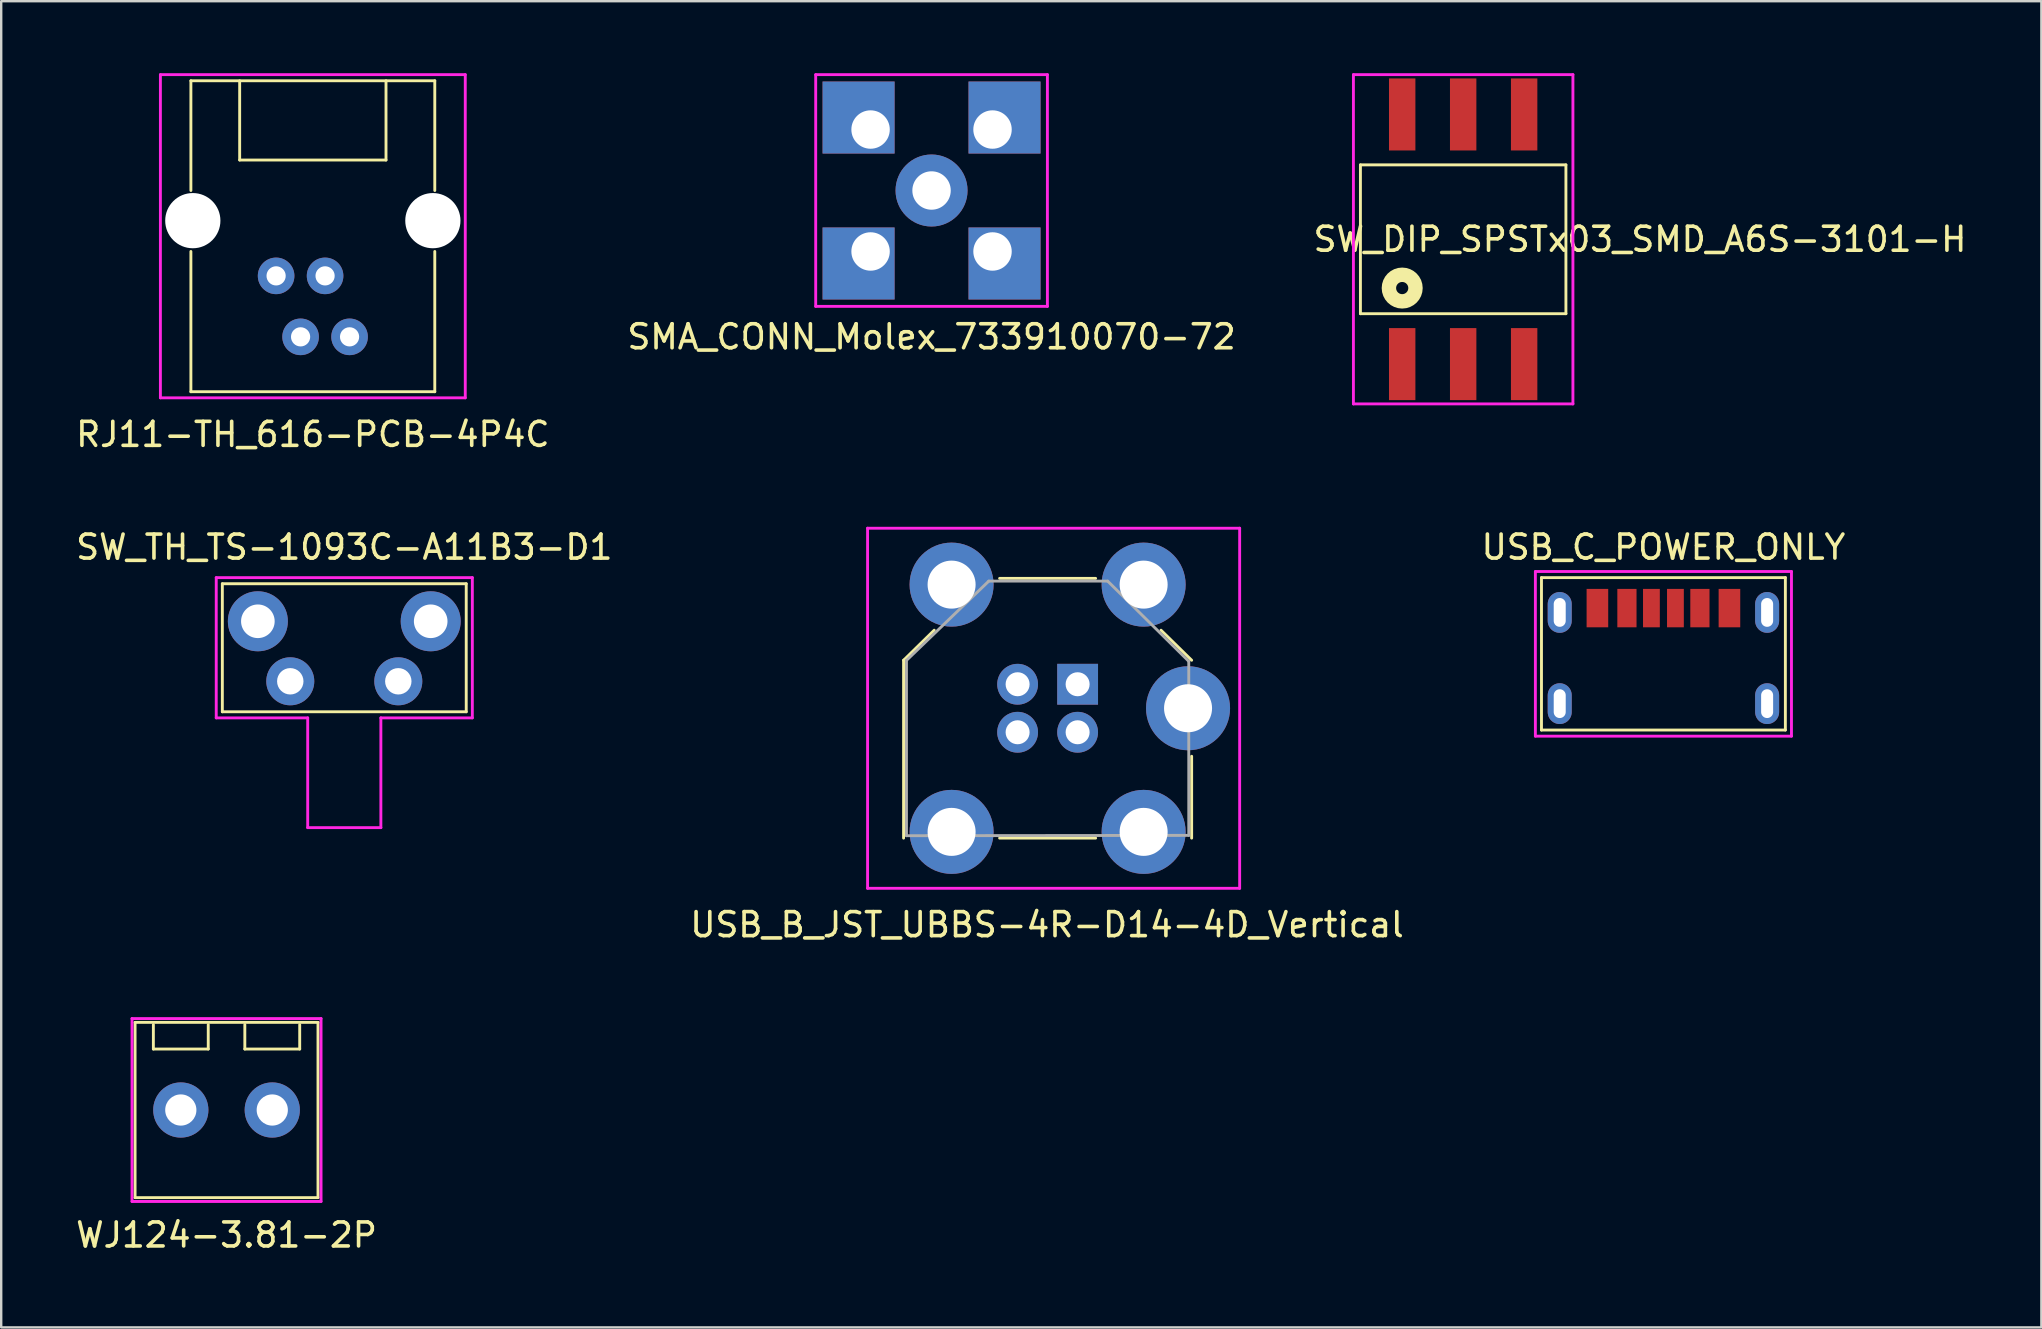
<source format=kicad_pcb>
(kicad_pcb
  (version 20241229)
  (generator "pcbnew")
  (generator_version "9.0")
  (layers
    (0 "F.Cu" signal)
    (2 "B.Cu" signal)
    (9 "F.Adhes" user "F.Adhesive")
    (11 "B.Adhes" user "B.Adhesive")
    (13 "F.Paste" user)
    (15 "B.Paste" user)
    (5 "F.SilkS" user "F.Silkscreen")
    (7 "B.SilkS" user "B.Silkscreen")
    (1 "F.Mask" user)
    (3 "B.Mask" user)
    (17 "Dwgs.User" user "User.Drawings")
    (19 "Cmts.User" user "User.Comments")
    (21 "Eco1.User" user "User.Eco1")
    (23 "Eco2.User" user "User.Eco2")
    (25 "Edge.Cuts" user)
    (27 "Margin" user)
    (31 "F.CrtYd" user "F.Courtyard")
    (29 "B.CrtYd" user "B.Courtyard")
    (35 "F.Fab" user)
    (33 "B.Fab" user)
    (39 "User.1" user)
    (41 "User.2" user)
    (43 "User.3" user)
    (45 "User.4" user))
  (footprint "USB_C_POWER_ONLY"
    (layer "F.Cu")
    (at 66.244 22.282)
    (property "Reference" "USB_C_POWER_ONLY" (at 0 -2.54 0) (unlocked yes) (layer "F.SilkS") (effects (font (size 1 1) (thickness 0.15))))
    (attr smd)
    (fp_line (start -5.08 -1.27) (end -5.08 5.08) (stroke (width 0.12) (type solid)) (layer "F.SilkS"))
    (fp_line (start -5.08 5.08) (end 5.08 5.08) (stroke (width 0.12) (type solid)) (layer "F.SilkS"))
    (fp_line (start 5.08 -1.27) (end -5.08 -1.27) (stroke (width 0.12) (type solid)) (layer "F.SilkS"))
    (fp_line (start 5.08 5.08) (end 5.08 -1.27) (stroke (width 0.12) (type solid)) (layer "F.SilkS"))
    (fp_line (start -5.334 -1.524) (end -5.334 5.334) (stroke (width 0.12) (type solid)) (layer "F.CrtYd"))
    (fp_line (start -5.334 5.334) (end 5.334 5.334) (stroke (width 0.12) (type solid)) (layer "F.CrtYd"))
    (fp_line (start 5.334 -1.524) (end -5.334 -1.524) (stroke (width 0.12) (type solid)) (layer "F.CrtYd"))
    (fp_line (start 5.334 5.334) (end 5.334 -1.524) (stroke (width 0.12) (type solid)) (layer "F.CrtYd"))
    (pad "A5" smd rect (at -0.5 0) (size 0.7 1.6) (layers "F.Cu" "F.Mask" "F.Paste"))
    (pad "A9" smd rect (at 1.52 0) (size 0.8 1.6) (layers "F.Cu" "F.Mask" "F.Paste"))
    (pad "A12" smd rect (at 2.75 0) (size 0.9 1.6) (layers "F.Cu" "F.Mask" "F.Paste"))
    (pad "B5" smd rect (at 0.5 0) (size 0.7 1.6) (layers "F.Cu" "F.Mask" "F.Paste"))
    (pad "B9" smd rect (at -1.52 0) (size 0.8 1.6) (layers "F.Cu" "F.Mask" "F.Paste"))
    (pad "B12" smd rect (at -2.75 0) (size 0.9 1.6) (layers "F.Cu" "F.Mask" "F.Paste"))
    (pad "S1" thru_hole oval (at -4.32 0.18) (size 1 1.7) (drill oval 0.5 1.2) (layers "*.Cu" "*.Mask"))
    (pad "S1" thru_hole oval (at -4.32 3.98) (size 1 1.7) (drill oval 0.5 1.2) (layers "*.Cu" "*.Mask"))
    (pad "S1" thru_hole oval (at 4.32 0.18) (size 1 1.7) (drill oval 0.5 1.2) (layers "*.Cu" "*.Mask"))
    (pad "S1" thru_hole oval (at 4.32 3.98) (size 1 1.7) (drill oval 0.5 1.2) (layers "*.Cu" "*.Mask")))
  (footprint "USB_B_JST_UBBS-4R-D14-4D_Vertical"
    (layer "F.Cu")
    (at 40.591 26.454)
    (property "Reference" "USB_B_JST_UBBS-4R-D14-4D_Vertical" (at -0.025 9.017 0) (layer "F.SilkS") (effects (font (size 1 1) (thickness 0.15))))
    (attr through_hole)
    (fp_line (start -6 -2) (end -6 5.41) (stroke (width 0.12) (type solid)) (layer "F.SilkS"))
    (fp_line (start -6 -2) (end -4.724 -3.251) (stroke (width 0.12) (type solid)) (layer "F.SilkS"))
    (fp_line (start -2 -5.41) (end 2 -5.41) (stroke (width 0.12) (type solid)) (layer "F.SilkS"))
    (fp_line (start -2 5.41) (end 2 5.41) (stroke (width 0.12) (type solid)) (layer "F.SilkS"))
    (fp_line (start 4.724 -3.251) (end 6 -2) (stroke (width 0.12) (type solid)) (layer "F.SilkS"))
    (fp_line (start 6 2) (end 6 5.41) (stroke (width 0.12) (type solid)) (layer "F.SilkS"))
    (fp_line (start -7.5 -7.5) (end -7.5 7.5) (stroke (width 0.12) (type solid)) (layer "F.CrtYd"))
    (fp_line (start -7.5 -7.5) (end 8 -7.5) (stroke (width 0.12) (type solid)) (layer "F.CrtYd"))
    (fp_line (start -7.5 7.5) (end 8 7.5) (stroke (width 0.12) (type solid)) (layer "F.CrtYd"))
    (fp_line (start 8 -7.5) (end 8 7.5) (stroke (width 0.12) (type solid)) (layer "F.CrtYd"))
    (fp_line (start -5.88 5.309) (end 5.88 5.296) (stroke (width 0.12) (type solid)) (layer "F.Fab"))
    (fp_line (start -5.88 5.309) (end -5.88 -1.994) (stroke (width 0.12) (type solid)) (layer "F.Fab"))
    (fp_line (start -2.451 -5.296) (end -5.88 -1.994) (stroke (width 0.12) (type solid)) (layer "F.Fab"))
    (fp_line (start 2.502 -5.296) (end -2.451 -5.296) (stroke (width 0.12) (type solid)) (layer "F.Fab"))
    (fp_line (start 5.88 -1.956) (end 2.502 -5.296) (stroke (width 0.12) (type solid)) (layer "F.Fab"))
    (fp_line (start 5.88 5.296) (end 5.88 -1.956) (stroke (width 0.12) (type solid)) (layer "F.Fab"))
    (pad "1" thru_hole rect (at 1.25 -1) (size 1.7 1.7) (drill 1) (layers "*.Cu" "*.Mask"))
    (pad "2" thru_hole circle (at -1.25 -1) (size 1.7 1.7) (drill 1) (layers "*.Cu" "*.Mask"))
    (pad "3" thru_hole circle (at -1.25 1) (size 1.7 1.7) (drill 1) (layers "*.Cu" "*.Mask"))
    (pad "4" thru_hole circle (at 1.25 1) (size 1.7 1.7) (drill 1) (layers "*.Cu" "*.Mask"))
    (pad "5" thru_hole circle (at -4 -5.15) (size 3.5 3.5) (drill 2) (layers "*.Cu" "*.Mask"))
    (pad "5" thru_hole circle (at -4 5.15) (size 3.5 3.5) (drill 2) (layers "*.Cu" "*.Mask"))
    (pad "5" thru_hole circle (at 4 -5.15) (size 3.5 3.5) (drill 2) (layers "*.Cu" "*.Mask"))
    (pad "5" thru_hole circle (at 4 5.15) (size 3.5 3.5) (drill 2) (layers "*.Cu" "*.Mask"))
    (pad "5" thru_hole circle (at 5.85 0) (size 3.5 3.5) (drill 2) (layers "*.Cu" "*.Mask")))
  (footprint "SW_TH_TS-1093C-A11B3-D1"
    (layer "F.Cu")
    (at 11.292 25.331)
    (property "Reference" "SW_TH_TS-1093C-A11B3-D1" (at 0 -5.588 0) (unlocked yes) (layer "F.SilkS") (effects (font (size 1 1) (thickness 0.15))))
    (attr through_hole)
    (fp_line (start -5.08 -4.064) (end -5.08 1.27) (stroke (width 0.12) (type solid)) (layer "F.SilkS"))
    (fp_line (start -5.08 -4.064) (end 5.08 -4.064) (stroke (width 0.12) (type solid)) (layer "F.SilkS"))
    (fp_line (start 5.08 -4.064) (end 5.08 1.27) (stroke (width 0.12) (type solid)) (layer "F.SilkS"))
    (fp_line (start 5.08 1.27) (end -5.08 1.27) (stroke (width 0.12) (type solid)) (layer "F.SilkS"))
    (fp_line (start -5.334 -4.318) (end -5.334 1.524) (stroke (width 0.12) (type solid)) (layer "F.CrtYd"))
    (fp_line (start -5.334 -4.318) (end 5.334 -4.318) (stroke (width 0.12) (type solid)) (layer "F.CrtYd"))
    (fp_line (start -5.334 1.524) (end -1.524 1.524) (stroke (width 0.12) (type solid)) (layer "F.CrtYd"))
    (fp_line (start -1.524 1.524) (end -1.524 6.096) (stroke (width 0.12) (type solid)) (layer "F.CrtYd"))
    (fp_line (start -1.524 6.096) (end 1.524 6.096) (stroke (width 0.12) (type solid)) (layer "F.CrtYd"))
    (fp_line (start 1.524 6.096) (end 1.524 1.524) (stroke (width 0.12) (type solid)) (layer "F.CrtYd"))
    (fp_line (start 5.334 -4.318) (end 5.334 1.524) (stroke (width 0.12) (type solid)) (layer "F.CrtYd"))
    (fp_line (start 5.334 1.524) (end 1.524 1.524) (stroke (width 0.12) (type solid)) (layer "F.CrtYd"))
    (pad "1" thru_hole circle (at -2.25 0) (size 2 2) (drill 1.1) (layers "*.Cu" "*.Mask"))
    (pad "2" thru_hole circle (at 2.25 0) (size 2 2) (drill 1.1) (layers "*.Cu" "*.Mask"))
    (pad "3" thru_hole circle (at -3.6 -2.5) (size 2.5 2.5) (drill 1.4) (layers "*.Cu" "*.Mask"))
    (pad "3" thru_hole circle (at 3.6 -2.5) (size 2.5 2.5) (drill 1.4) (layers "*.Cu" "*.Mask")))
  (footprint "SMA_CONN_Molex_733910070-72"
    (layer "F.Cu")
    (at 35.756 4.886)
    (property "Reference" "SMA_CONN_Molex_733910070-72" (at 0 6.096 0) (layer "F.SilkS") (effects (font (size 1 1) (thickness 0.15))))
    (attr through_hole)
    (fp_line (start -4.826 -4.826) (end 4.826 -4.826) (stroke (width 0.12) (type solid)) (layer "F.CrtYd"))
    (fp_line (start -4.826 4.826) (end -4.826 -4.826) (stroke (width 0.12) (type solid)) (layer "F.CrtYd"))
    (fp_line (start 4.826 -4.826) (end 4.826 4.826) (stroke (width 0.12) (type solid)) (layer "F.CrtYd"))
    (fp_line (start 4.826 4.826) (end -4.826 4.826) (stroke (width 0.12) (type solid)) (layer "F.CrtYd"))
    (pad "1" thru_hole circle (at 0 0) (size 3 3) (drill 1.6) (layers "*.Cu" "*.Mask"))
    (pad "2" thru_hole rect (at -2.54 -2.54) (size 3 3) (drill 1.6 (offset -0.5 -0.5)) (layers "*.Cu" "*.Mask"))
    (pad "2" thru_hole rect (at -2.54 2.54) (size 3 3) (drill 1.6 (offset -0.5 0.5)) (layers "*.Cu" "*.Mask"))
    (pad "2" thru_hole rect (at 2.54 -2.54) (size 3 3) (drill 1.6 (offset 0.5 -0.5)) (layers "*.Cu" "*.Mask"))
    (pad "2" thru_hole rect (at 2.54 2.54) (size 3 3) (drill 1.6 (offset 0.5 0.5)) (layers "*.Cu" "*.Mask")))
  (footprint "SW_DIP_SPSTx03_SMD_A6S-3101-H"
    (layer "F.Cu")
    (at 57.902 6.918)
    (property "Reference" "SW_DIP_SPSTx03_SMD_A6S-3101-H" (at 7.366 0 0) (layer "F.SilkS") (effects (font (size 1 1) (thickness 0.15))))
    (attr through_hole)
    (fp_line (start -4.28 -3.1) (end 4.28 -3.1) (stroke (width 0.12) (type solid)) (layer "F.SilkS"))
    (fp_line (start -4.28 3.1) (end -4.28 -3.1) (stroke (width 0.12) (type solid)) (layer "F.SilkS"))
    (fp_line (start 4.28 -3.1) (end 4.28 3.1) (stroke (width 0.12) (type solid)) (layer "F.SilkS"))
    (fp_line (start 4.28 3.1) (end -4.28 3.1) (stroke (width 0.12) (type solid)) (layer "F.SilkS"))
    (fp_circle (center -2.54 2.032) (end -2.54 2.286) (stroke (width 0.6) (type solid)) (fill no) (layer "F.SilkS"))
    (fp_line (start -4.572 -6.858) (end 4.572 -6.858) (stroke (width 0.12) (type solid)) (layer "F.CrtYd"))
    (fp_line (start -4.572 6.858) (end -4.572 -6.858) (stroke (width 0.12) (type solid)) (layer "F.CrtYd"))
    (fp_line (start 4.572 -6.858) (end 4.572 6.858) (stroke (width 0.12) (type solid)) (layer "F.CrtYd"))
    (fp_line (start 4.572 6.858) (end -4.572 6.858) (stroke (width 0.12) (type solid)) (layer "F.CrtYd"))
    (pad "1" smd rect (at -2.54 5.2) (size 1.1 3) (layers "F.Cu" "F.Mask" "F.Paste"))
    (pad "2" smd rect (at 0 5.2) (size 1.1 3) (layers "F.Cu" "F.Mask" "F.Paste"))
    (pad "3" smd rect (at 2.54 5.2) (size 1.1 3) (layers "F.Cu" "F.Mask" "F.Paste"))
    (pad "4" smd rect (at 2.54 -5.2) (size 1.1 3) (layers "F.Cu" "F.Mask" "F.Paste"))
    (pad "5" smd rect (at 0 -5.2) (size 1.1 3) (layers "F.Cu" "F.Mask" "F.Paste"))
    (pad "6" smd rect (at -2.54 -5.2) (size 1.1 3) (layers "F.Cu" "F.Mask" "F.Paste")))
  (footprint "WJ124-3.81-2P"
    (layer "F.Cu")
    (at 6.387 43.19)
    (property "Reference" "WJ124-3.81-2P" (at 0 5.207 0) (unlocked yes) (layer "F.SilkS") (effects (font (size 1 1) (thickness 0.15))))
    (attr through_hole)
    (fp_line (start -3.81 -3.65) (end 3.81 -3.65) (stroke (width 0.12) (type solid)) (layer "F.SilkS"))
    (fp_line (start -3.81 3.65) (end -3.81 -3.65) (stroke (width 0.12) (type solid)) (layer "F.SilkS"))
    (fp_line (start -3.81 3.65) (end 3.81 3.65) (stroke (width 0.12) (type solid)) (layer "F.SilkS"))
    (fp_line (start -3.048 -3.556) (end -3.048 -2.54) (stroke (width 0.12) (type solid)) (layer "F.SilkS"))
    (fp_line (start -3.048 -2.54) (end -0.762 -2.54) (stroke (width 0.12) (type solid)) (layer "F.SilkS"))
    (fp_line (start -0.762 -2.54) (end -0.762 -3.556) (stroke (width 0.12) (type solid)) (layer "F.SilkS"))
    (fp_line (start 0.762 -3.556) (end 0.762 -2.54) (stroke (width 0.12) (type solid)) (layer "F.SilkS"))
    (fp_line (start 0.762 -2.54) (end 3.048 -2.54) (stroke (width 0.12) (type solid)) (layer "F.SilkS"))
    (fp_line (start 3.048 -2.54) (end 3.048 -3.556) (stroke (width 0.12) (type solid)) (layer "F.SilkS"))
    (fp_line (start 3.81 3.65) (end 3.81 -3.65) (stroke (width 0.12) (type solid)) (layer "F.SilkS"))
    (fp_line (start -3.937 -3.81) (end -3.937 3.81) (stroke (width 0.12) (type solid)) (layer "F.CrtYd"))
    (fp_line (start -3.937 3.81) (end 3.937 3.81) (stroke (width 0.12) (type solid)) (layer "F.CrtYd"))
    (fp_line (start 3.937 -3.81) (end -3.937 -3.81) (stroke (width 0.12) (type solid)) (layer "F.CrtYd"))
    (fp_line (start 3.937 3.81) (end 3.937 -3.81) (stroke (width 0.12) (type solid)) (layer "F.CrtYd"))
    (pad "1" thru_hole circle (at -1.905 0) (size 2.3 2.3) (drill 1.3) (layers "*.Cu" "*.Mask"))
    (pad "2" thru_hole circle (at 1.905 0) (size 2.3 2.3) (drill 1.3) (layers "*.Cu" "*.Mask")))
  (footprint "RJ11-TH_616-PCB-4P4C"
    (layer "F.Cu")
    (at 9.982 10.982)
    (property "Reference" "RJ11-TH_616-PCB-4P4C" (at 0 4.064 0) (unlocked yes) (layer "F.SilkS") (effects (font (size 1 1) (thickness 0.15))))
    (attr through_hole)
    (fp_line (start -5.08 -10.668) (end 5.08 -10.668) (stroke (width 0.12) (type solid)) (layer "F.SilkS"))
    (fp_line (start -5.08 -6.096) (end -5.08 -10.668) (stroke (width 0.12) (type solid)) (layer "F.SilkS"))
    (fp_line (start -5.08 -3.556) (end -5.08 2.286) (stroke (width 0.12) (type solid)) (layer "F.SilkS"))
    (fp_line (start -3.048 -10.668) (end -3.048 -7.366) (stroke (width 0.12) (type solid)) (layer "F.SilkS"))
    (fp_line (start -3.048 -7.366) (end 3.048 -7.366) (stroke (width 0.12) (type solid)) (layer "F.SilkS"))
    (fp_line (start 3.048 -7.366) (end 3.048 -10.668) (stroke (width 0.12) (type solid)) (layer "F.SilkS"))
    (fp_line (start 5.08 -6.096) (end 5.08 -10.668) (stroke (width 0.12) (type solid)) (layer "F.SilkS"))
    (fp_line (start 5.08 -3.556) (end 5.08 2.286) (stroke (width 0.12) (type solid)) (layer "F.SilkS"))
    (fp_line (start 5.08 2.286) (end -5.08 2.286) (stroke (width 0.12) (type solid)) (layer "F.SilkS"))
    (fp_line (start -6.35 -10.922) (end 6.35 -10.922) (stroke (width 0.12) (type solid)) (layer "F.CrtYd"))
    (fp_line (start -6.35 2.54) (end -6.35 -10.922) (stroke (width 0.12) (type solid)) (layer "F.CrtYd"))
    (fp_line (start 6.35 -10.922) (end 6.35 2.54) (stroke (width 0.12) (type solid)) (layer "F.CrtYd"))
    (fp_line (start 6.35 2.54) (end -6.35 2.54) (stroke (width 0.12) (type solid)) (layer "F.CrtYd"))
    (pad "" np_thru_hole circle (at -5 -4.84) (size 2.3 2.3) (drill 2.3) (layers "*.Cu" "*.Mask"))
    (pad "" np_thru_hole circle (at 5 -4.84) (size 2.3 2.3) (drill 2.3) (layers "*.Cu" "*.Mask"))
    (pad "1" thru_hole circle (at -1.53 -2.54) (size 1.524 1.524) (drill 0.8) (layers "*.Cu" "*.Mask"))
    (pad "2" thru_hole circle (at -0.51 0) (size 1.524 1.524) (drill 0.8) (layers "*.Cu" "*.Mask"))
    (pad "3" thru_hole circle (at 0.51 -2.54) (size 1.524 1.524) (drill 0.8) (layers "*.Cu" "*.Mask"))
    (pad "4" thru_hole circle (at 1.53 0) (size 1.524 1.524) (drill 0.8) (layers "*.Cu" "*.Mask")))
  (gr_rect
    (start -3 -3)
    (end 81.988 52.245)
    (stroke (width 0.1) (type default))
    (fill no)
    (layer "Edge.Cuts")))
</source>
